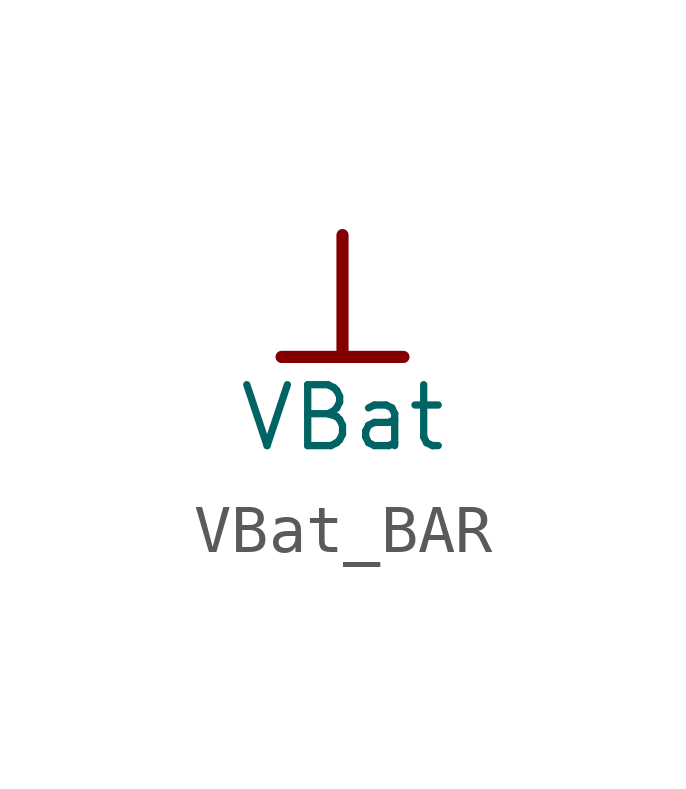
<source format=kicad_sym>
(kicad_symbol_lib
  (version 20241209)
  (generator "kicad_symbol_editor")
  (generator_version "9.0")
  (symbol "VBat_BAR"
    (power)
    (property "Reference" "#PWR"
      (at 0 0 0)
      (effects (font (size 1.27 1.27)) (hide yes)))
    (property "Value" "VBat"
      (at 0 -3.81 0)
      (effects (font (size 1.27 1.27))))
    (symbol "VBat_BAR_0_0"
      (polyline (pts (xy -1.27 -2.54) (xy 1.27 -2.54)) (stroke (width 0.254) (type solid)) (fill (type none)))
      (polyline (pts (xy 0 0) (xy 0 -2.54)) (stroke (width 0.254) (type solid)) (fill (type none)))
      (pin power_in line (at 0 0 0) (length 0) (hide yes) (name "VBat" (effects (font (size 1.27 1.27)))) (number "" (effects (font (size 1.27 1.27))))))))
</source>
